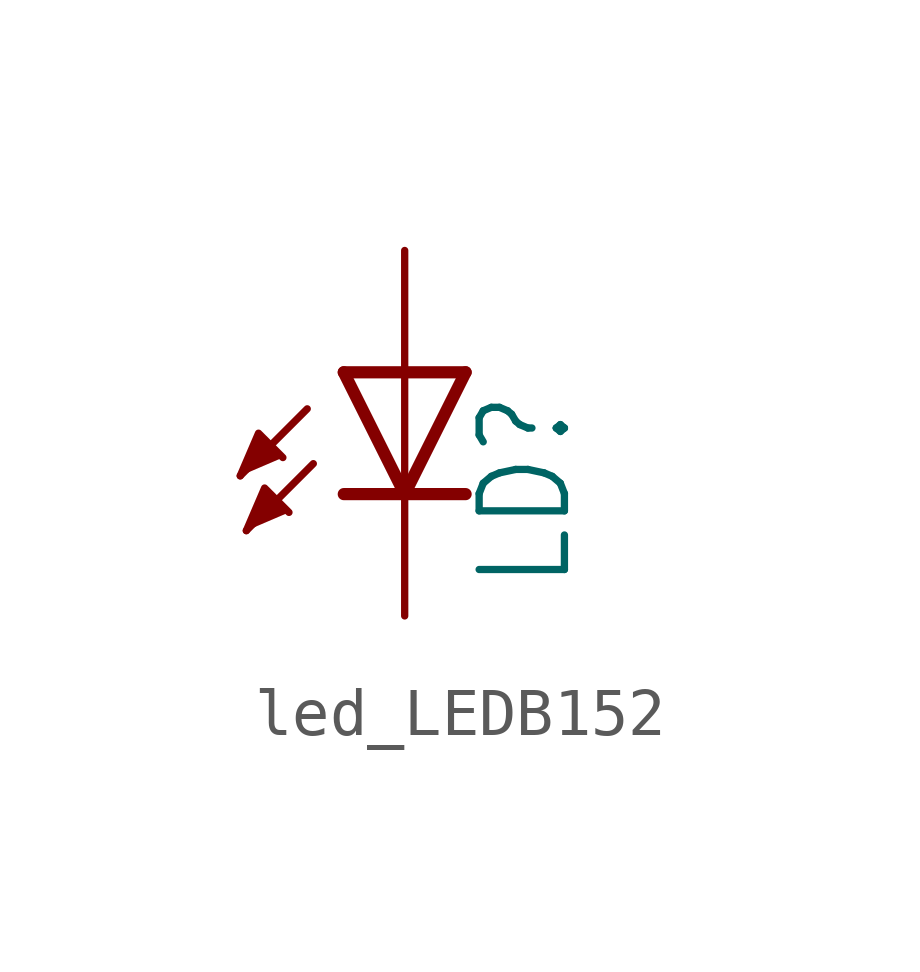
<source format=kicad_sym>
(kicad_symbol_lib
  (version 20220914)
  (generator kicad_symbol_editor)
  (symbol "led_LEDB152"
    (property "Reference" "LD"
      (at 3.556 -4.572 90)
      (effects (font (size 1.778 1.511)) (justify left bottom)))
    (property "Value" ""
      (at 5.715 -4.572 90)
      (effects (font (size 1.778 1.511)) (justify left bottom)))
    (property "ki_locked" ""
      (at 0 0 0)
      (effects (font (size 1.27 1.27))))
    (symbol "led_LEDB152_1_0"
      (polyline (pts (xy -2.032 -0.762) (xy -3.429 -2.159)) (stroke (width 0.152) (type solid)) (fill (type none)))
      (polyline (pts (xy -1.905 -1.905) (xy -3.302 -3.302)) (stroke (width 0.152) (type solid)) (fill (type none)))
      (polyline (pts (xy 0 -2.54) (xy -1.27 -2.54)) (stroke (width 0.254) (type solid)) (fill (type none)))
      (polyline (pts (xy 0 -2.54) (xy -1.27 0)) (stroke (width 0.254) (type solid)) (fill (type none)))
      (polyline (pts (xy 0 0) (xy -1.27 0)) (stroke (width 0.254) (type solid)) (fill (type none)))
      (polyline (pts (xy 0 0) (xy 0 -2.54)) (stroke (width 0.152) (type solid)) (fill (type none)))
      (polyline (pts (xy 1.27 -2.54) (xy 0 -2.54)) (stroke (width 0.254) (type solid)) (fill (type none)))
      (polyline (pts (xy 1.27 0) (xy 0 -2.54)) (stroke (width 0.254) (type solid)) (fill (type none)))
      (polyline (pts (xy 1.27 0) (xy 0 0)) (stroke (width 0.254) (type solid)) (fill (type none)))
      (polyline (pts (xy -3.429 -2.159) (xy -3.048 -1.27) (xy -2.54 -1.778)) (stroke (width 0.152) (type solid)) (fill (type outline)))
      (polyline (pts (xy -3.302 -3.302) (xy -2.921 -2.413) (xy -2.413 -2.921)) (stroke (width 0.152) (type solid)) (fill (type outline)))
      (pin passive line (at 0 2.54 270) (length 2.54) (name "A" (effects (font (size 0 0)))) (number "A" (effects (font (size 0 0)))))
      (pin passive line (at 0 -5.08 90) (length 2.54) (name "C" (effects (font (size 0 0)))) (number "K" (effects (font (size 0 0))))))))
</source>
